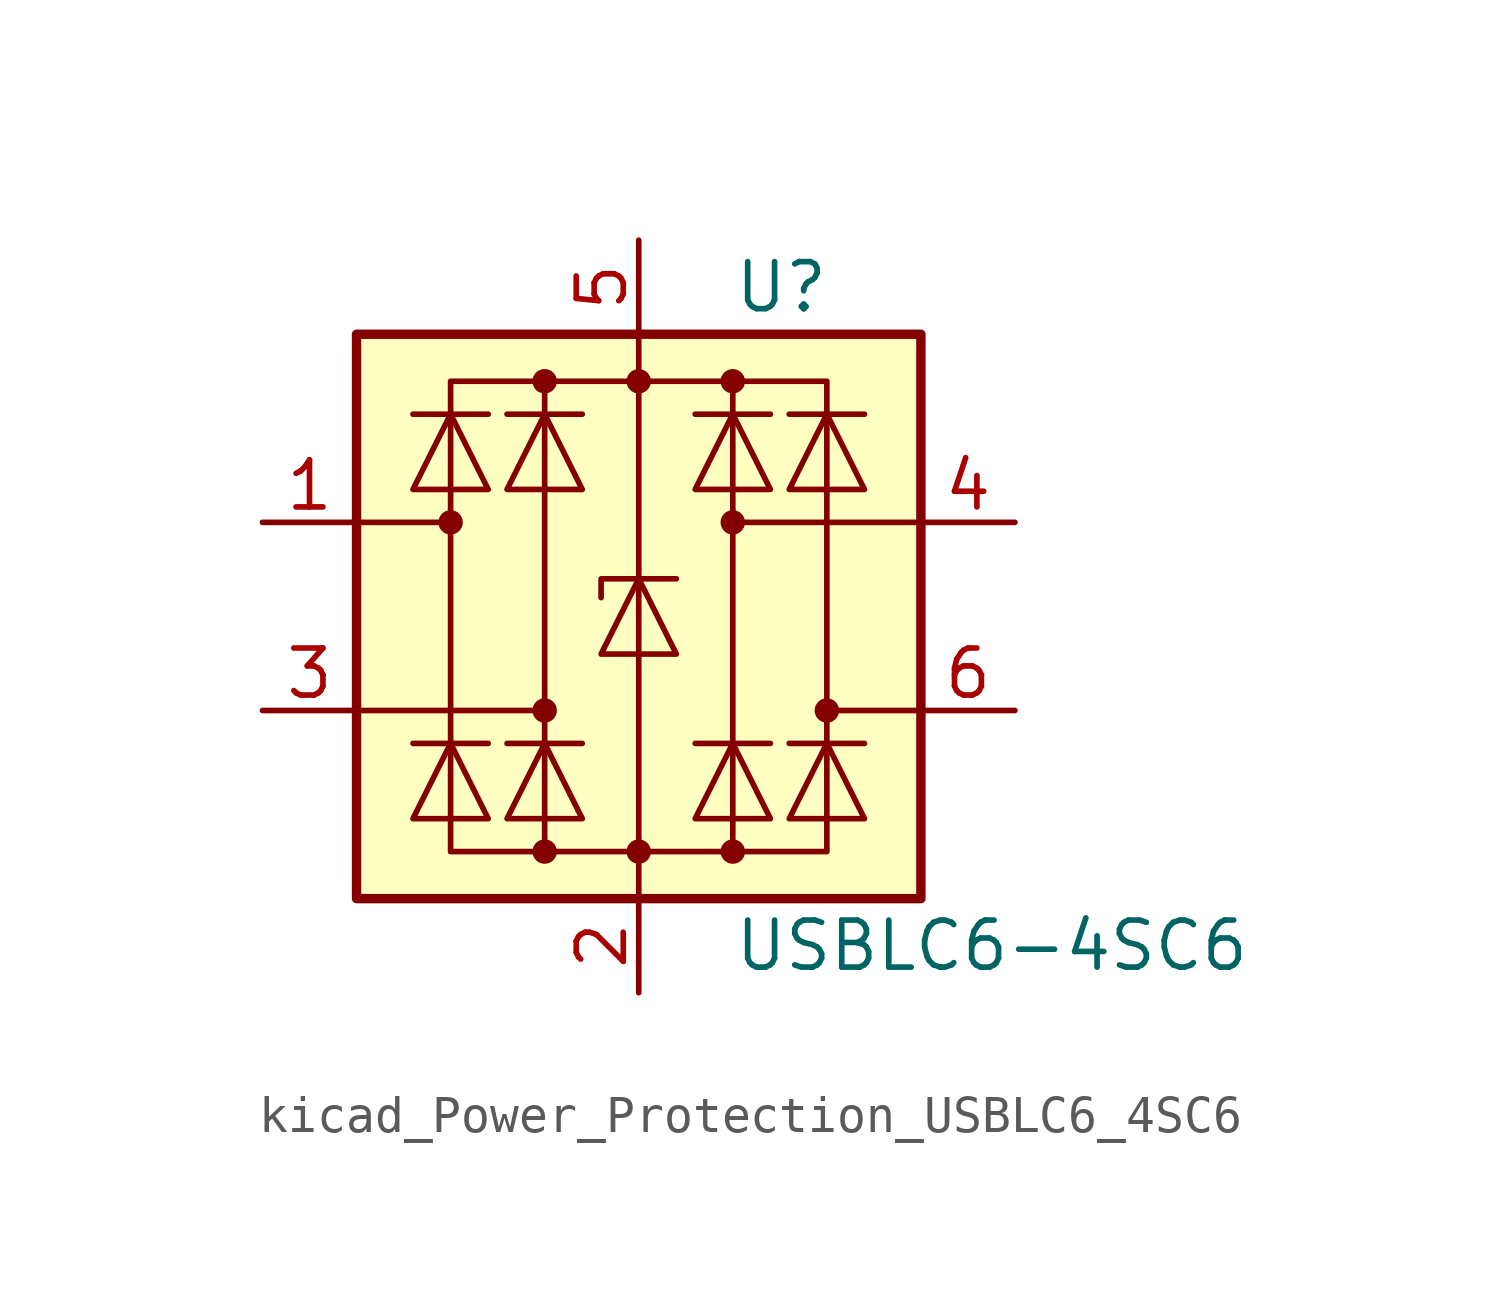
<source format=kicad_sym>
(kicad_symbol_lib
  (version 20220914)
  (generator kicad_symbol_editor)
  (symbol "kicad_Power_Protection_USBLC6_4SC6"
    (pin_names hide)
    (property "Reference" "U"
      (at 2.54 8.89 0)
      (effects (font (size 1.27 1.27)) (justify left)))
    (property "Value" "USBLC6-4SC6"
      (at 2.54 -8.89 0)
      (effects (font (size 1.27 1.27)) (justify left)))
    (symbol "kicad_Power_Protection_USBLC6_4SC6_0_1"
      (rectangle (start -7.62 -7.62) (end 7.62 7.62) (stroke (width 0.254) (type default)) (fill (type background)))
      (circle (center -5.08 2.54) (radius 0.254) (stroke (width 0) (type default)) (fill (type outline)))
      (circle (center -2.54 -6.35) (radius 0.254) (stroke (width 0) (type default)) (fill (type outline)))
      (circle (center -2.54 -2.54) (radius 0.254) (stroke (width 0) (type default)) (fill (type outline)))
      (circle (center -2.54 6.35) (radius 0.254) (stroke (width 0) (type default)) (fill (type outline)))
      (rectangle (start -2.54 6.35) (end 2.54 -6.35) (stroke (width 0) (type default)) (fill (type none)))
      (circle (center 0 -6.35) (radius 0.254) (stroke (width 0) (type default)) (fill (type outline)))
      (polyline (pts (xy -5.08 2.54) (xy -7.62 2.54)) (stroke (width 0) (type default)) (fill (type none)))
      (polyline (pts (xy -4.064 -3.429) (xy -6.096 -3.429)) (stroke (width 0) (type default)) (fill (type none)))
      (polyline (pts (xy -4.064 5.461) (xy -6.096 5.461)) (stroke (width 0) (type default)) (fill (type none)))
      (polyline (pts (xy -2.54 -2.54) (xy -7.62 -2.54)) (stroke (width 0) (type default)) (fill (type none)))
      (polyline (pts (xy -1.524 -3.429) (xy -3.556 -3.429)) (stroke (width 0) (type default)) (fill (type none)))
      (polyline (pts (xy -1.524 5.461) (xy -3.556 5.461)) (stroke (width 0) (type default)) (fill (type none)))
      (polyline (pts (xy 0 -7.62) (xy 0 -6.35)) (stroke (width 0) (type default)) (fill (type none)))
      (polyline (pts (xy 0 -6.35) (xy 0 1.27)) (stroke (width 0) (type default)) (fill (type none)))
      (polyline (pts (xy 0 1.27) (xy 0 6.35)) (stroke (width 0) (type default)) (fill (type none)))
      (polyline (pts (xy 0 6.35) (xy 0 7.62)) (stroke (width 0) (type default)) (fill (type none)))
      (polyline (pts (xy 1.524 -3.429) (xy 3.556 -3.429)) (stroke (width 0) (type default)) (fill (type none)))
      (polyline (pts (xy 1.524 5.461) (xy 3.556 5.461)) (stroke (width 0) (type default)) (fill (type none)))
      (polyline (pts (xy 2.54 2.54) (xy 7.62 2.54)) (stroke (width 0) (type default)) (fill (type none)))
      (polyline (pts (xy 4.064 -3.429) (xy 6.096 -3.429)) (stroke (width 0) (type default)) (fill (type none)))
      (polyline (pts (xy 4.064 5.461) (xy 6.096 5.461)) (stroke (width 0) (type default)) (fill (type none)))
      (polyline (pts (xy 5.08 -2.54) (xy 7.62 -2.54)) (stroke (width 0) (type default)) (fill (type none)))
      (polyline (pts (xy -6.096 -5.461) (xy -4.064 -5.461) (xy -5.08 -3.429) (xy -6.096 -5.461)) (stroke (width 0) (type default)) (fill (type none)))
      (polyline (pts (xy -6.096 3.429) (xy -4.064 3.429) (xy -5.08 5.461) (xy -6.096 3.429)) (stroke (width 0) (type default)) (fill (type none)))
      (polyline (pts (xy -3.556 -5.461) (xy -1.524 -5.461) (xy -2.54 -3.429) (xy -3.556 -5.461)) (stroke (width 0) (type default)) (fill (type none)))
      (polyline (pts (xy -3.556 3.429) (xy -1.524 3.429) (xy -2.54 5.461) (xy -3.556 3.429)) (stroke (width 0) (type default)) (fill (type none)))
      (polyline (pts (xy -2.54 6.35) (xy -5.08 6.35) (xy -5.08 -6.35) (xy -2.54 -6.35)) (stroke (width 0) (type default)) (fill (type none)))
      (polyline (pts (xy -1.016 -1.016) (xy 1.016 -1.016) (xy 0 1.016) (xy -1.016 -1.016)) (stroke (width 0) (type default)) (fill (type none)))
      (polyline (pts (xy 1.016 1.016) (xy 0.762 1.016) (xy -1.016 1.016) (xy -1.016 0.508)) (stroke (width 0) (type default)) (fill (type none)))
      (polyline (pts (xy 2.54 6.35) (xy 5.08 6.35) (xy 5.08 -6.35) (xy 2.54 -6.35)) (stroke (width 0) (type default)) (fill (type none)))
      (polyline (pts (xy 3.556 -5.461) (xy 1.524 -5.461) (xy 2.54 -3.429) (xy 3.556 -5.461)) (stroke (width 0) (type default)) (fill (type none)))
      (polyline (pts (xy 3.556 3.429) (xy 1.524 3.429) (xy 2.54 5.461) (xy 3.556 3.429)) (stroke (width 0) (type default)) (fill (type none)))
      (polyline (pts (xy 6.096 -5.461) (xy 4.064 -5.461) (xy 5.08 -3.429) (xy 6.096 -5.461)) (stroke (width 0) (type default)) (fill (type none)))
      (polyline (pts (xy 6.096 3.429) (xy 4.064 3.429) (xy 5.08 5.461) (xy 6.096 3.429)) (stroke (width 0) (type default)) (fill (type none)))
      (circle (center 0 6.35) (radius 0.254) (stroke (width 0) (type default)) (fill (type outline)))
      (circle (center 2.54 -6.35) (radius 0.254) (stroke (width 0) (type default)) (fill (type outline)))
      (circle (center 2.54 2.54) (radius 0.254) (stroke (width 0) (type default)) (fill (type outline)))
      (circle (center 2.54 6.35) (radius 0.254) (stroke (width 0) (type default)) (fill (type outline)))
      (circle (center 5.08 -2.54) (radius 0.254) (stroke (width 0) (type default)) (fill (type outline))))
    (symbol "kicad_Power_Protection_USBLC6_4SC6_1_1"
      (pin passive line (at -10.16 2.54 0) (length 2.54) (name "I/O1" (effects (font (size 1.27 1.27)))) (number "1" (effects (font (size 1.27 1.27)))))
      (pin passive line (at 0 -10.16 90) (length 2.54) (name "GND" (effects (font (size 1.27 1.27)))) (number "2" (effects (font (size 1.27 1.27)))))
      (pin passive line (at -10.16 -2.54 0) (length 2.54) (name "I/O2" (effects (font (size 1.27 1.27)))) (number "3" (effects (font (size 1.27 1.27)))))
      (pin passive line (at 10.16 2.54 180) (length 2.54) (name "I/O3" (effects (font (size 1.27 1.27)))) (number "4" (effects (font (size 1.27 1.27)))))
      (pin passive line (at 0 10.16 270) (length 2.54) (name "VBUS" (effects (font (size 1.27 1.27)))) (number "5" (effects (font (size 1.27 1.27)))))
      (pin passive line (at 10.16 -2.54 180) (length 2.54) (name "I/O4" (effects (font (size 1.27 1.27)))) (number "6" (effects (font (size 1.27 1.27))))))))
</source>
